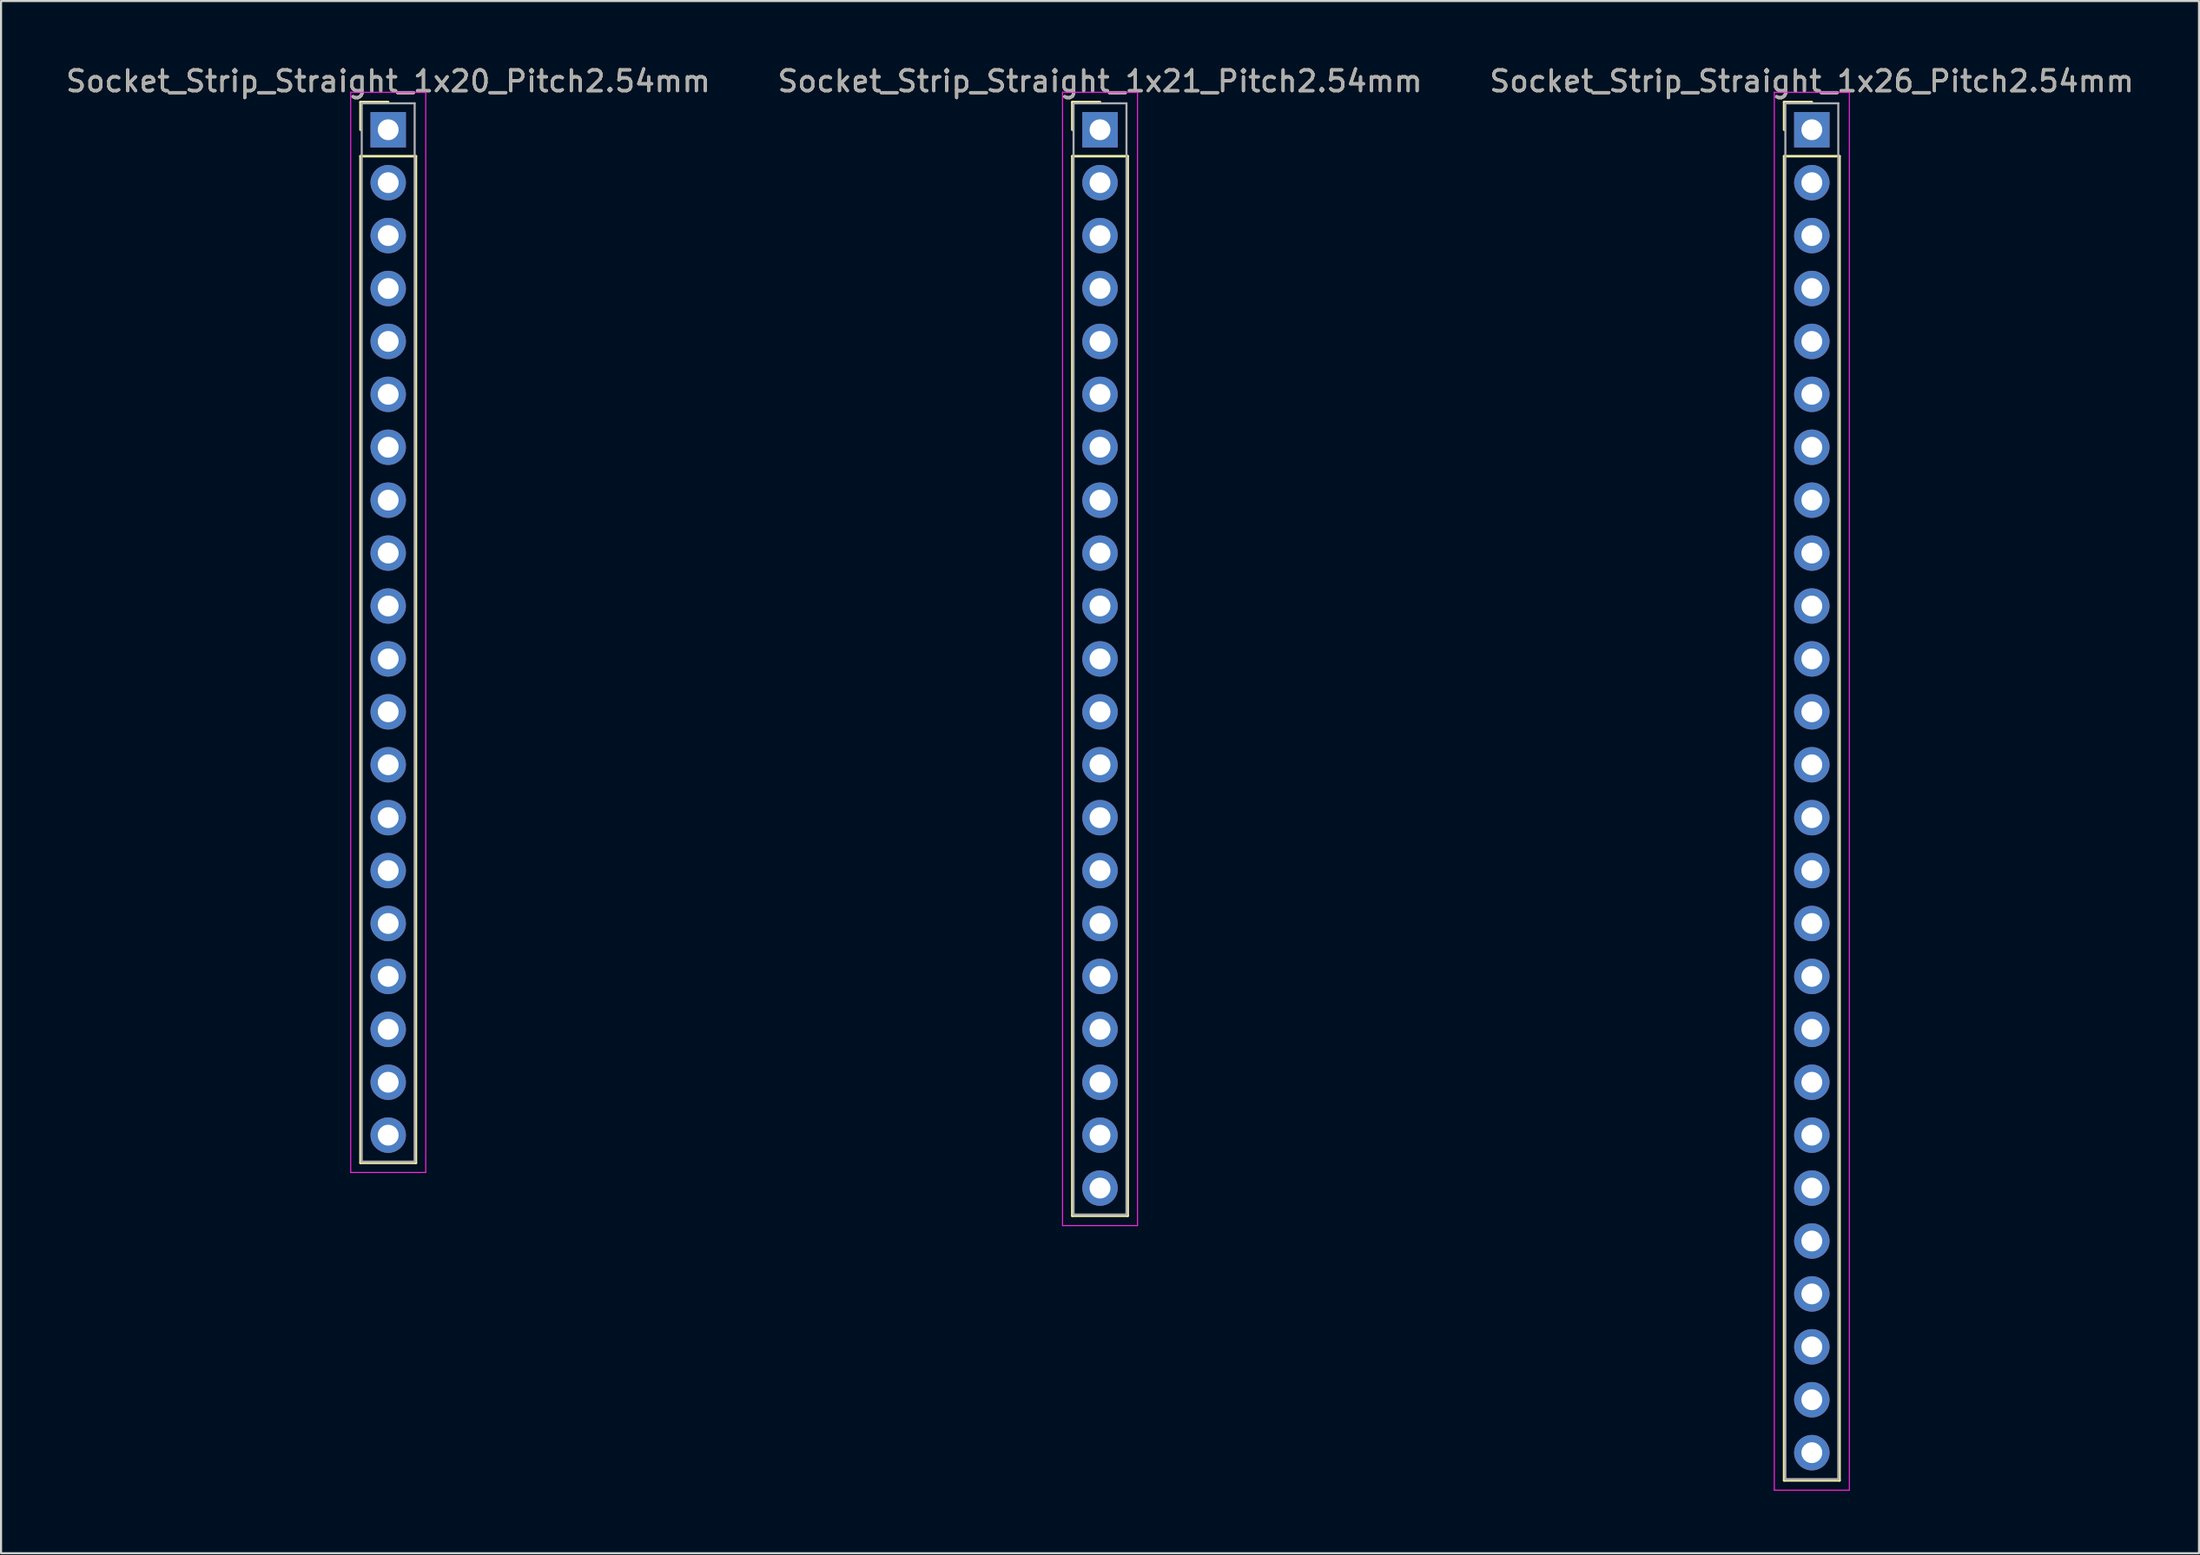
<source format=kicad_pcb>
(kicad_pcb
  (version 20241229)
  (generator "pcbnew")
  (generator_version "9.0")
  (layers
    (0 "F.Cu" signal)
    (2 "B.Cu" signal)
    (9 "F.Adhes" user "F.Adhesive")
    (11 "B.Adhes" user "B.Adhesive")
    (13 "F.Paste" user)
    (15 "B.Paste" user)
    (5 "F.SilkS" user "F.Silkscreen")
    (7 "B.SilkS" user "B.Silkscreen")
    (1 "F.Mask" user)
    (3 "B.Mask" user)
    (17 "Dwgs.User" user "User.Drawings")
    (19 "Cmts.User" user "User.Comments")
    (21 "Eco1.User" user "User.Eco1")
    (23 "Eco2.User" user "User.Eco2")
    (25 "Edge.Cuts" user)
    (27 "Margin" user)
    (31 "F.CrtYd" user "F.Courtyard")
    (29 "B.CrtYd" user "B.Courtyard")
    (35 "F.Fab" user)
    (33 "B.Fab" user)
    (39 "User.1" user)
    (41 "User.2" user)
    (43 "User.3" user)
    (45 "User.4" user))
  (footprint "Socket_Strip_Straight_1x21_Pitch2.54mm"
    (layer "F.Cu")
    (at 49.732 3.178)
    (property "Reference" "Socket_Strip_Straight_1x21_Pitch2.54mm" (at 0 -2.33 0) (layer "F.SilkS") (effects (font (size 1 1) (thickness 0.15))))
    (attr through_hole)
    (fp_line (start -1.33 -1.33) (end 0 -1.33) (stroke (width 0.12) (type solid)) (layer "F.SilkS"))
    (fp_line (start -1.33 0) (end -1.33 -1.33) (stroke (width 0.12) (type solid)) (layer "F.SilkS"))
    (fp_line (start -1.33 1.27) (end -1.33 52.13) (stroke (width 0.12) (type solid)) (layer "F.SilkS"))
    (fp_line (start -1.33 52.13) (end 1.33 52.13) (stroke (width 0.12) (type solid)) (layer "F.SilkS"))
    (fp_line (start 1.33 1.27) (end -1.33 1.27) (stroke (width 0.12) (type solid)) (layer "F.SilkS"))
    (fp_line (start 1.33 52.13) (end 1.33 1.27) (stroke (width 0.12) (type solid)) (layer "F.SilkS"))
    (fp_line (start -1.8 -1.8) (end -1.8 52.6) (stroke (width 0.05) (type solid)) (layer "F.CrtYd"))
    (fp_line (start -1.8 52.6) (end 1.8 52.6) (stroke (width 0.05) (type solid)) (layer "F.CrtYd"))
    (fp_line (start 1.8 -1.8) (end -1.8 -1.8) (stroke (width 0.05) (type solid)) (layer "F.CrtYd"))
    (fp_line (start 1.8 52.6) (end 1.8 -1.8) (stroke (width 0.05) (type solid)) (layer "F.CrtYd"))
    (fp_line (start -1.27 -1.27) (end -1.27 52.07) (stroke (width 0.1) (type solid)) (layer "F.Fab"))
    (fp_line (start -1.27 52.07) (end 1.27 52.07) (stroke (width 0.1) (type solid)) (layer "F.Fab"))
    (fp_line (start 1.27 -1.27) (end -1.27 -1.27) (stroke (width 0.1) (type solid)) (layer "F.Fab"))
    (fp_line (start 1.27 52.07) (end 1.27 -1.27) (stroke (width 0.1) (type solid)) (layer "F.Fab"))
    (fp_text user "${REFERENCE}" (at 0 -2.33 0) (layer "F.Fab") (effects (font (size 1 1) (thickness 0.15))))
    (pad "1" thru_hole rect (at 0 0) (size 1.7 1.7) (drill 1) (layers "*.Cu" "*.Mask"))
    (pad "2" thru_hole oval (at 0 2.54) (size 1.7 1.7) (drill 1) (layers "*.Cu" "*.Mask"))
    (pad "3" thru_hole oval (at 0 5.08) (size 1.7 1.7) (drill 1) (layers "*.Cu" "*.Mask"))
    (pad "4" thru_hole oval (at 0 7.62) (size 1.7 1.7) (drill 1) (layers "*.Cu" "*.Mask"))
    (pad "5" thru_hole oval (at 0 10.16) (size 1.7 1.7) (drill 1) (layers "*.Cu" "*.Mask"))
    (pad "6" thru_hole oval (at 0 12.7) (size 1.7 1.7) (drill 1) (layers "*.Cu" "*.Mask"))
    (pad "7" thru_hole oval (at 0 15.24) (size 1.7 1.7) (drill 1) (layers "*.Cu" "*.Mask"))
    (pad "8" thru_hole oval (at 0 17.78) (size 1.7 1.7) (drill 1) (layers "*.Cu" "*.Mask"))
    (pad "9" thru_hole oval (at 0 20.32) (size 1.7 1.7) (drill 1) (layers "*.Cu" "*.Mask"))
    (pad "10" thru_hole oval (at 0 22.86) (size 1.7 1.7) (drill 1) (layers "*.Cu" "*.Mask"))
    (pad "11" thru_hole oval (at 0 25.4) (size 1.7 1.7) (drill 1) (layers "*.Cu" "*.Mask"))
    (pad "12" thru_hole oval (at 0 27.94) (size 1.7 1.7) (drill 1) (layers "*.Cu" "*.Mask"))
    (pad "13" thru_hole oval (at 0 30.48) (size 1.7 1.7) (drill 1) (layers "*.Cu" "*.Mask"))
    (pad "14" thru_hole oval (at 0 33.02) (size 1.7 1.7) (drill 1) (layers "*.Cu" "*.Mask"))
    (pad "15" thru_hole oval (at 0 35.56) (size 1.7 1.7) (drill 1) (layers "*.Cu" "*.Mask"))
    (pad "16" thru_hole oval (at 0 38.1) (size 1.7 1.7) (drill 1) (layers "*.Cu" "*.Mask"))
    (pad "17" thru_hole oval (at 0 40.64) (size 1.7 1.7) (drill 1) (layers "*.Cu" "*.Mask"))
    (pad "18" thru_hole oval (at 0 43.18) (size 1.7 1.7) (drill 1) (layers "*.Cu" "*.Mask"))
    (pad "19" thru_hole oval (at 0 45.72) (size 1.7 1.7) (drill 1) (layers "*.Cu" "*.Mask"))
    (pad "20" thru_hole oval (at 0 48.26) (size 1.7 1.7) (drill 1) (layers "*.Cu" "*.Mask"))
    (pad "21" thru_hole oval (at 0 50.8) (size 1.7 1.7) (drill 1) (layers "*.Cu" "*.Mask")))
  (footprint "Socket_Strip_Straight_1x20_Pitch2.54mm"
    (layer "F.Cu")
    (at 15.577 3.178)
    (property "Reference" "Socket_Strip_Straight_1x20_Pitch2.54mm" (at 0 -2.33 0) (layer "F.SilkS") (effects (font (size 1 1) (thickness 0.15))))
    (attr through_hole)
    (fp_line (start -1.33 -1.33) (end 0 -1.33) (stroke (width 0.12) (type solid)) (layer "F.SilkS"))
    (fp_line (start -1.33 0) (end -1.33 -1.33) (stroke (width 0.12) (type solid)) (layer "F.SilkS"))
    (fp_line (start -1.33 1.27) (end -1.33 49.59) (stroke (width 0.12) (type solid)) (layer "F.SilkS"))
    (fp_line (start -1.33 49.59) (end 1.33 49.59) (stroke (width 0.12) (type solid)) (layer "F.SilkS"))
    (fp_line (start 1.33 1.27) (end -1.33 1.27) (stroke (width 0.12) (type solid)) (layer "F.SilkS"))
    (fp_line (start 1.33 49.59) (end 1.33 1.27) (stroke (width 0.12) (type solid)) (layer "F.SilkS"))
    (fp_line (start -1.8 -1.8) (end -1.8 50.05) (stroke (width 0.05) (type solid)) (layer "F.CrtYd"))
    (fp_line (start -1.8 50.05) (end 1.8 50.05) (stroke (width 0.05) (type solid)) (layer "F.CrtYd"))
    (fp_line (start 1.8 -1.8) (end -1.8 -1.8) (stroke (width 0.05) (type solid)) (layer "F.CrtYd"))
    (fp_line (start 1.8 50.05) (end 1.8 -1.8) (stroke (width 0.05) (type solid)) (layer "F.CrtYd"))
    (fp_line (start -1.27 -1.27) (end -1.27 49.53) (stroke (width 0.1) (type solid)) (layer "F.Fab"))
    (fp_line (start -1.27 49.53) (end 1.27 49.53) (stroke (width 0.1) (type solid)) (layer "F.Fab"))
    (fp_line (start 1.27 -1.27) (end -1.27 -1.27) (stroke (width 0.1) (type solid)) (layer "F.Fab"))
    (fp_line (start 1.27 49.53) (end 1.27 -1.27) (stroke (width 0.1) (type solid)) (layer "F.Fab"))
    (fp_text user "${REFERENCE}" (at 0 -2.33 0) (layer "F.Fab") (effects (font (size 1 1) (thickness 0.15))))
    (pad "1" thru_hole rect (at 0 0) (size 1.7 1.7) (drill 1) (layers "*.Cu" "*.Mask"))
    (pad "2" thru_hole oval (at 0 2.54) (size 1.7 1.7) (drill 1) (layers "*.Cu" "*.Mask"))
    (pad "3" thru_hole oval (at 0 5.08) (size 1.7 1.7) (drill 1) (layers "*.Cu" "*.Mask"))
    (pad "4" thru_hole oval (at 0 7.62) (size 1.7 1.7) (drill 1) (layers "*.Cu" "*.Mask"))
    (pad "5" thru_hole oval (at 0 10.16) (size 1.7 1.7) (drill 1) (layers "*.Cu" "*.Mask"))
    (pad "6" thru_hole oval (at 0 12.7) (size 1.7 1.7) (drill 1) (layers "*.Cu" "*.Mask"))
    (pad "7" thru_hole oval (at 0 15.24) (size 1.7 1.7) (drill 1) (layers "*.Cu" "*.Mask"))
    (pad "8" thru_hole oval (at 0 17.78) (size 1.7 1.7) (drill 1) (layers "*.Cu" "*.Mask"))
    (pad "9" thru_hole oval (at 0 20.32) (size 1.7 1.7) (drill 1) (layers "*.Cu" "*.Mask"))
    (pad "10" thru_hole oval (at 0 22.86) (size 1.7 1.7) (drill 1) (layers "*.Cu" "*.Mask"))
    (pad "11" thru_hole oval (at 0 25.4) (size 1.7 1.7) (drill 1) (layers "*.Cu" "*.Mask"))
    (pad "12" thru_hole oval (at 0 27.94) (size 1.7 1.7) (drill 1) (layers "*.Cu" "*.Mask"))
    (pad "13" thru_hole oval (at 0 30.48) (size 1.7 1.7) (drill 1) (layers "*.Cu" "*.Mask"))
    (pad "14" thru_hole oval (at 0 33.02) (size 1.7 1.7) (drill 1) (layers "*.Cu" "*.Mask"))
    (pad "15" thru_hole oval (at 0 35.56) (size 1.7 1.7) (drill 1) (layers "*.Cu" "*.Mask"))
    (pad "16" thru_hole oval (at 0 38.1) (size 1.7 1.7) (drill 1) (layers "*.Cu" "*.Mask"))
    (pad "17" thru_hole oval (at 0 40.64) (size 1.7 1.7) (drill 1) (layers "*.Cu" "*.Mask"))
    (pad "18" thru_hole oval (at 0 43.18) (size 1.7 1.7) (drill 1) (layers "*.Cu" "*.Mask"))
    (pad "19" thru_hole oval (at 0 45.72) (size 1.7 1.7) (drill 1) (layers "*.Cu" "*.Mask"))
    (pad "20" thru_hole oval (at 0 48.26) (size 1.7 1.7) (drill 1) (layers "*.Cu" "*.Mask")))
  (footprint "Socket_Strip_Straight_1x26_Pitch2.54mm"
    (layer "F.Cu")
    (at 83.887 3.178)
    (property "Reference" "Socket_Strip_Straight_1x26_Pitch2.54mm" (at 0 -2.33 0) (layer "F.SilkS") (effects (font (size 1 1) (thickness 0.15))))
    (attr through_hole)
    (fp_line (start -1.33 -1.33) (end 0 -1.33) (stroke (width 0.12) (type solid)) (layer "F.SilkS"))
    (fp_line (start -1.33 0) (end -1.33 -1.33) (stroke (width 0.12) (type solid)) (layer "F.SilkS"))
    (fp_line (start -1.33 1.27) (end -1.33 64.83) (stroke (width 0.12) (type solid)) (layer "F.SilkS"))
    (fp_line (start -1.33 64.83) (end 1.33 64.83) (stroke (width 0.12) (type solid)) (layer "F.SilkS"))
    (fp_line (start 1.33 1.27) (end -1.33 1.27) (stroke (width 0.12) (type solid)) (layer "F.SilkS"))
    (fp_line (start 1.33 64.83) (end 1.33 1.27) (stroke (width 0.12) (type solid)) (layer "F.SilkS"))
    (fp_line (start -1.8 -1.8) (end -1.8 65.3) (stroke (width 0.05) (type solid)) (layer "F.CrtYd"))
    (fp_line (start -1.8 65.3) (end 1.8 65.3) (stroke (width 0.05) (type solid)) (layer "F.CrtYd"))
    (fp_line (start 1.8 -1.8) (end -1.8 -1.8) (stroke (width 0.05) (type solid)) (layer "F.CrtYd"))
    (fp_line (start 1.8 65.3) (end 1.8 -1.8) (stroke (width 0.05) (type solid)) (layer "F.CrtYd"))
    (fp_line (start -1.27 -1.27) (end -1.27 64.77) (stroke (width 0.1) (type solid)) (layer "F.Fab"))
    (fp_line (start -1.27 64.77) (end 1.27 64.77) (stroke (width 0.1) (type solid)) (layer "F.Fab"))
    (fp_line (start 1.27 -1.27) (end -1.27 -1.27) (stroke (width 0.1) (type solid)) (layer "F.Fab"))
    (fp_line (start 1.27 64.77) (end 1.27 -1.27) (stroke (width 0.1) (type solid)) (layer "F.Fab"))
    (fp_text user "${REFERENCE}" (at 0 -2.33 0) (layer "F.Fab") (effects (font (size 1 1) (thickness 0.15))))
    (pad "1" thru_hole rect (at 0 0) (size 1.7 1.7) (drill 1) (layers "*.Cu" "*.Mask"))
    (pad "2" thru_hole oval (at 0 2.54) (size 1.7 1.7) (drill 1) (layers "*.Cu" "*.Mask"))
    (pad "3" thru_hole oval (at 0 5.08) (size 1.7 1.7) (drill 1) (layers "*.Cu" "*.Mask"))
    (pad "4" thru_hole oval (at 0 7.62) (size 1.7 1.7) (drill 1) (layers "*.Cu" "*.Mask"))
    (pad "5" thru_hole oval (at 0 10.16) (size 1.7 1.7) (drill 1) (layers "*.Cu" "*.Mask"))
    (pad "6" thru_hole oval (at 0 12.7) (size 1.7 1.7) (drill 1) (layers "*.Cu" "*.Mask"))
    (pad "7" thru_hole oval (at 0 15.24) (size 1.7 1.7) (drill 1) (layers "*.Cu" "*.Mask"))
    (pad "8" thru_hole oval (at 0 17.78) (size 1.7 1.7) (drill 1) (layers "*.Cu" "*.Mask"))
    (pad "9" thru_hole oval (at 0 20.32) (size 1.7 1.7) (drill 1) (layers "*.Cu" "*.Mask"))
    (pad "10" thru_hole oval (at 0 22.86) (size 1.7 1.7) (drill 1) (layers "*.Cu" "*.Mask"))
    (pad "11" thru_hole oval (at 0 25.4) (size 1.7 1.7) (drill 1) (layers "*.Cu" "*.Mask"))
    (pad "12" thru_hole oval (at 0 27.94) (size 1.7 1.7) (drill 1) (layers "*.Cu" "*.Mask"))
    (pad "13" thru_hole oval (at 0 30.48) (size 1.7 1.7) (drill 1) (layers "*.Cu" "*.Mask"))
    (pad "14" thru_hole oval (at 0 33.02) (size 1.7 1.7) (drill 1) (layers "*.Cu" "*.Mask"))
    (pad "15" thru_hole oval (at 0 35.56) (size 1.7 1.7) (drill 1) (layers "*.Cu" "*.Mask"))
    (pad "16" thru_hole oval (at 0 38.1) (size 1.7 1.7) (drill 1) (layers "*.Cu" "*.Mask"))
    (pad "17" thru_hole oval (at 0 40.64) (size 1.7 1.7) (drill 1) (layers "*.Cu" "*.Mask"))
    (pad "18" thru_hole oval (at 0 43.18) (size 1.7 1.7) (drill 1) (layers "*.Cu" "*.Mask"))
    (pad "19" thru_hole oval (at 0 45.72) (size 1.7 1.7) (drill 1) (layers "*.Cu" "*.Mask"))
    (pad "20" thru_hole oval (at 0 48.26) (size 1.7 1.7) (drill 1) (layers "*.Cu" "*.Mask"))
    (pad "21" thru_hole oval (at 0 50.8) (size 1.7 1.7) (drill 1) (layers "*.Cu" "*.Mask"))
    (pad "22" thru_hole oval (at 0 53.34) (size 1.7 1.7) (drill 1) (layers "*.Cu" "*.Mask"))
    (pad "23" thru_hole oval (at 0 55.88) (size 1.7 1.7) (drill 1) (layers "*.Cu" "*.Mask"))
    (pad "24" thru_hole oval (at 0 58.42) (size 1.7 1.7) (drill 1) (layers "*.Cu" "*.Mask"))
    (pad "25" thru_hole oval (at 0 60.96) (size 1.7 1.7) (drill 1) (layers "*.Cu" "*.Mask"))
    (pad "26" thru_hole oval (at 0 63.5) (size 1.7 1.7) (drill 1) (layers "*.Cu" "*.Mask")))
  (gr_rect
    (start -3 -3)
    (end 102.464 71.503)
    (stroke (width 0.1) (type default))
    (fill no)
    (layer "Edge.Cuts")))
</source>
